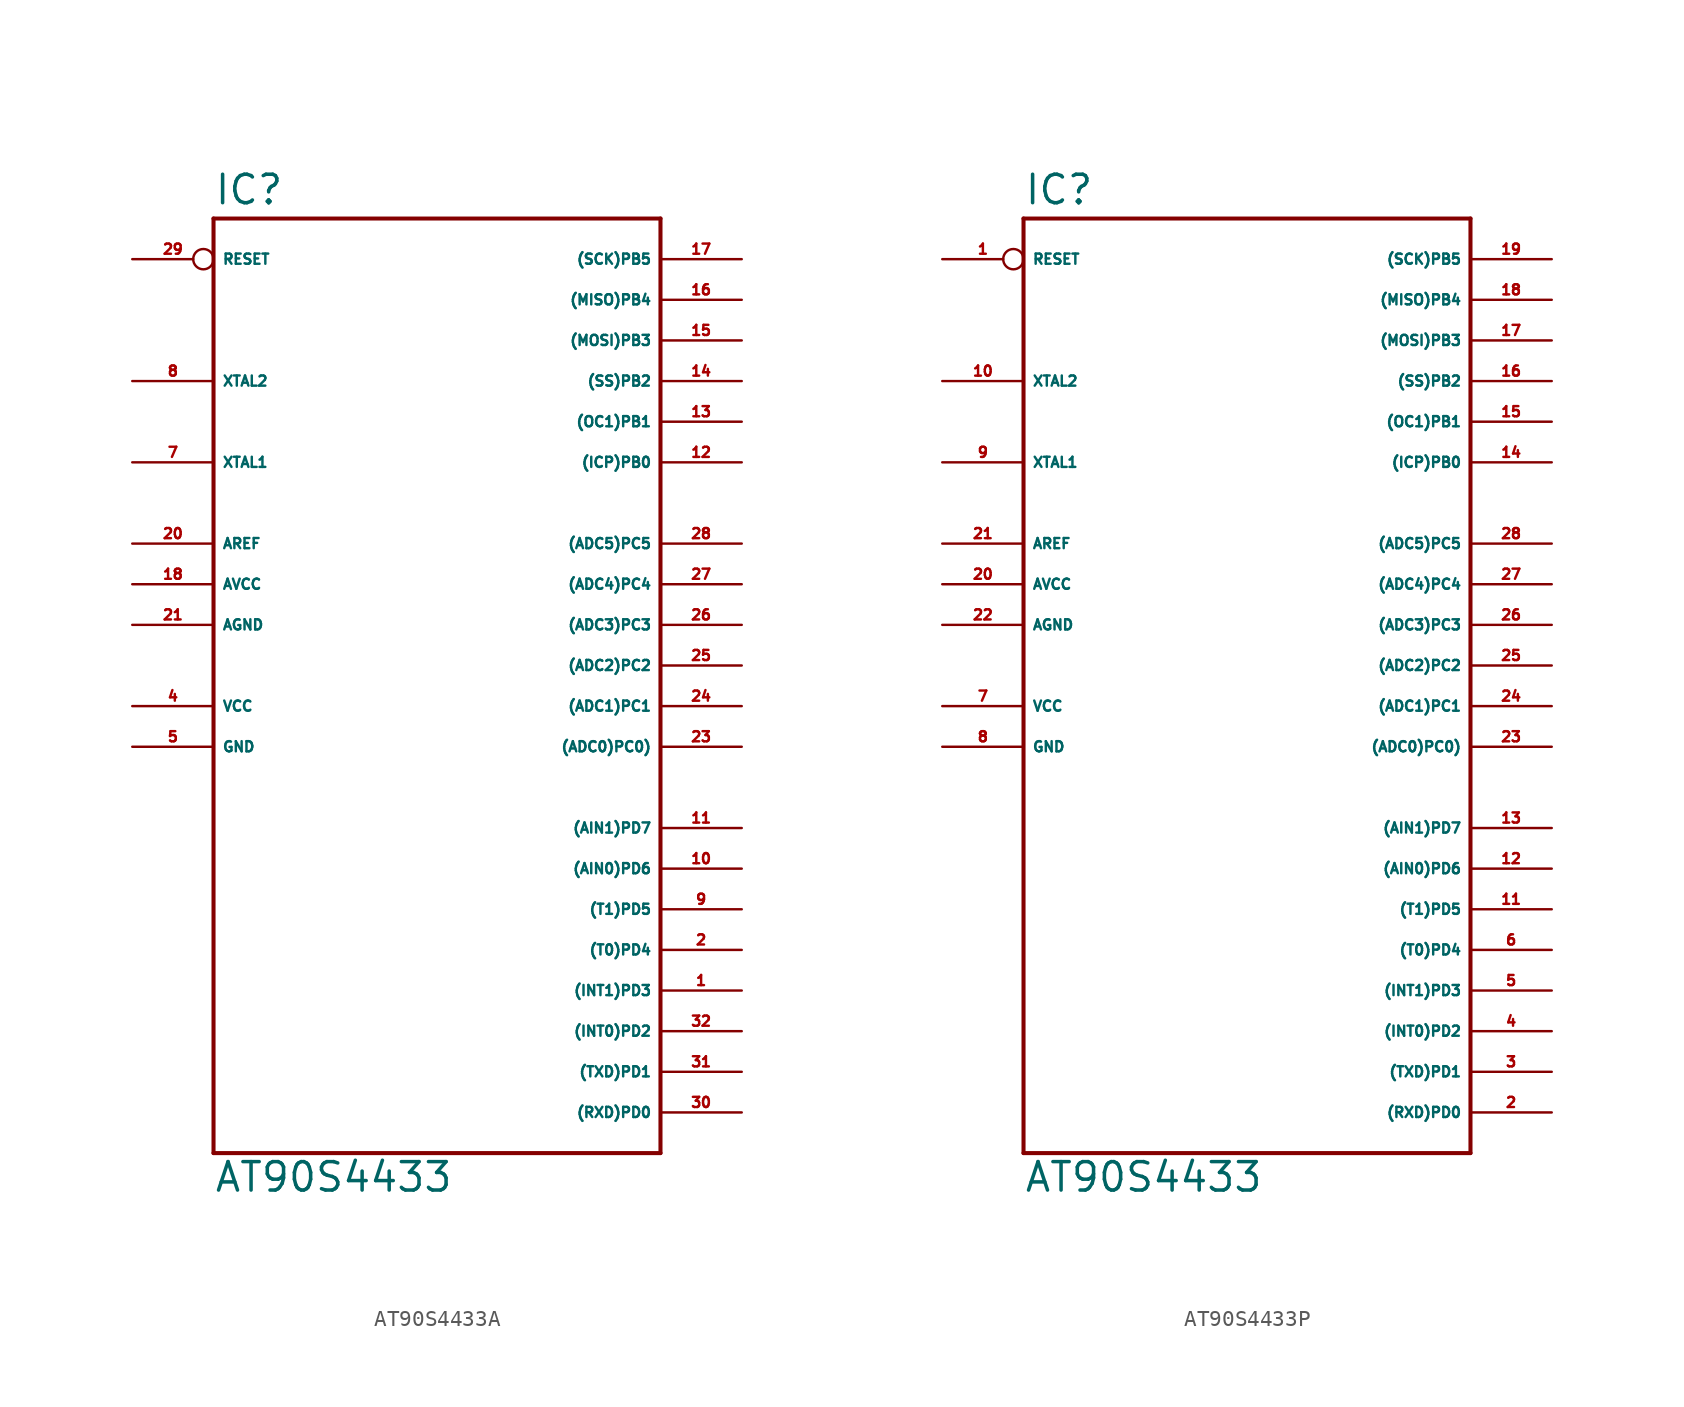
<source format=kicad_sym>
(kicad_symbol_lib
  (version 20220914)
  (generator Eagle2Kicad)
  (symbol "AT90S4433A"
    (property "Reference" "IC"
      (at -15.24 28.702 0)
      (effects (font (size 1.778 1.778) (thickness 0.22)) (justify left bottom)))
    (property "Value" "AT90S4433"
      (at -15.24 -33.02 0)
      (effects (font (size 1.778 1.778) (thickness 0.22)) (justify left bottom)))
    (polyline
      (pts (xy -15.24 27.94) (xy 12.7 27.94))
      (stroke (width 0.254) (type default))
      (fill (type none)))
    (polyline
      (pts (xy 12.7 27.94) (xy 12.7 -30.48))
      (stroke (width 0.254) (type default))
      (fill (type none)))
    (polyline
      (pts (xy 12.7 -30.48) (xy -15.24 -30.48))
      (stroke (width 0.254) (type default))
      (fill (type none)))
    (polyline
      (pts (xy -15.24 -30.48) (xy -15.24 27.94))
      (stroke (width 0.254) (type default))
      (fill (type none)))
    (pin bidirectional line
      (at 17.78 7.62 180)
      (length 5.08)
      (name "(ADC5)PC5" (effects (font (size 0.635 0.635) (thickness 0.08)) (justify left bottom)))
      (number "28" (effects (font (size 0.635 0.635) (thickness 0.08)) (justify left bottom))))
    (pin bidirectional line
      (at 17.78 5.08 180)
      (length 5.08)
      (name "(ADC4)PC4" (effects (font (size 0.635 0.635) (thickness 0.08)) (justify left bottom)))
      (number "27" (effects (font (size 0.635 0.635) (thickness 0.08)) (justify left bottom))))
    (pin bidirectional line
      (at 17.78 2.54 180)
      (length 5.08)
      (name "(ADC3)PC3" (effects (font (size 0.635 0.635) (thickness 0.08)) (justify left bottom)))
      (number "26" (effects (font (size 0.635 0.635) (thickness 0.08)) (justify left bottom))))
    (pin bidirectional line
      (at 17.78 0 180)
      (length 5.08)
      (name "(ADC2)PC2" (effects (font (size 0.635 0.635) (thickness 0.08)) (justify left bottom)))
      (number "25" (effects (font (size 0.635 0.635) (thickness 0.08)) (justify left bottom))))
    (pin bidirectional line
      (at 17.78 -2.54 180)
      (length 5.08)
      (name "(ADC1)PC1" (effects (font (size 0.635 0.635) (thickness 0.08)) (justify left bottom)))
      (number "24" (effects (font (size 0.635 0.635) (thickness 0.08)) (justify left bottom))))
    (pin bidirectional line
      (at 17.78 -5.08 180)
      (length 5.08)
      (name "(ADC0)PC0)" (effects (font (size 0.635 0.635) (thickness 0.08)) (justify left bottom)))
      (number "23" (effects (font (size 0.635 0.635) (thickness 0.08)) (justify left bottom))))
    (pin bidirectional line
      (at 17.78 25.4 180)
      (length 5.08)
      (name "(SCK)PB5" (effects (font (size 0.635 0.635) (thickness 0.08)) (justify left bottom)))
      (number "17" (effects (font (size 0.635 0.635) (thickness 0.08)) (justify left bottom))))
    (pin bidirectional line
      (at 17.78 22.86 180)
      (length 5.08)
      (name "(MISO)PB4" (effects (font (size 0.635 0.635) (thickness 0.08)) (justify left bottom)))
      (number "16" (effects (font (size 0.635 0.635) (thickness 0.08)) (justify left bottom))))
    (pin bidirectional line
      (at 17.78 20.32 180)
      (length 5.08)
      (name "(MOSI)PB3" (effects (font (size 0.635 0.635) (thickness 0.08)) (justify left bottom)))
      (number "15" (effects (font (size 0.635 0.635) (thickness 0.08)) (justify left bottom))))
    (pin bidirectional line
      (at 17.78 17.78 180)
      (length 5.08)
      (name "(SS)PB2" (effects (font (size 0.635 0.635) (thickness 0.08)) (justify left bottom)))
      (number "14" (effects (font (size 0.635 0.635) (thickness 0.08)) (justify left bottom))))
    (pin bidirectional line
      (at 17.78 15.24 180)
      (length 5.08)
      (name "(OC1)PB1" (effects (font (size 0.635 0.635) (thickness 0.08)) (justify left bottom)))
      (number "13" (effects (font (size 0.635 0.635) (thickness 0.08)) (justify left bottom))))
    (pin bidirectional line
      (at 17.78 12.7 180)
      (length 5.08)
      (name "(ICP)PB0" (effects (font (size 0.635 0.635) (thickness 0.08)) (justify left bottom)))
      (number "12" (effects (font (size 0.635 0.635) (thickness 0.08)) (justify left bottom))))
    (pin bidirectional line
      (at 17.78 -10.16 180)
      (length 5.08)
      (name "(AIN1)PD7" (effects (font (size 0.635 0.635) (thickness 0.08)) (justify left bottom)))
      (number "11" (effects (font (size 0.635 0.635) (thickness 0.08)) (justify left bottom))))
    (pin bidirectional line
      (at 17.78 -12.7 180)
      (length 5.08)
      (name "(AIN0)PD6" (effects (font (size 0.635 0.635) (thickness 0.08)) (justify left bottom)))
      (number "10" (effects (font (size 0.635 0.635) (thickness 0.08)) (justify left bottom))))
    (pin bidirectional line
      (at 17.78 -15.24 180)
      (length 5.08)
      (name "(T1)PD5" (effects (font (size 0.635 0.635) (thickness 0.08)) (justify left bottom)))
      (number "9" (effects (font (size 0.635 0.635) (thickness 0.08)) (justify left bottom))))
    (pin bidirectional line
      (at 17.78 -17.78 180)
      (length 5.08)
      (name "(T0)PD4" (effects (font (size 0.635 0.635) (thickness 0.08)) (justify left bottom)))
      (number "2" (effects (font (size 0.635 0.635) (thickness 0.08)) (justify left bottom))))
    (pin bidirectional line
      (at 17.78 -20.32 180)
      (length 5.08)
      (name "(INT1)PD3" (effects (font (size 0.635 0.635) (thickness 0.08)) (justify left bottom)))
      (number "1" (effects (font (size 0.635 0.635) (thickness 0.08)) (justify left bottom))))
    (pin bidirectional line
      (at 17.78 -22.86 180)
      (length 5.08)
      (name "(INT0)PD2" (effects (font (size 0.635 0.635) (thickness 0.08)) (justify left bottom)))
      (number "32" (effects (font (size 0.635 0.635) (thickness 0.08)) (justify left bottom))))
    (pin bidirectional line
      (at 17.78 -25.4 180)
      (length 5.08)
      (name "(TXD)PD1" (effects (font (size 0.635 0.635) (thickness 0.08)) (justify left bottom)))
      (number "31" (effects (font (size 0.635 0.635) (thickness 0.08)) (justify left bottom))))
    (pin bidirectional line
      (at 17.78 -27.94 180)
      (length 5.08)
      (name "(RXD)PD0" (effects (font (size 0.635 0.635) (thickness 0.08)) (justify left bottom)))
      (number "30" (effects (font (size 0.635 0.635) (thickness 0.08)) (justify left bottom))))
    (pin unspecified line
      (at -20.32 -5.08 0)
      (length 5.08)
      (name "GND" (effects (font (size 0.635 0.635) (thickness 0.08)) (justify left bottom)))
      (number "5" (effects (font (size 0.635 0.635) (thickness 0.08)) (justify left bottom))))
    (pin unspecified line
      (at -20.32 -2.54 0)
      (length 5.08)
      (name "VCC" (effects (font (size 0.635 0.635) (thickness 0.08)) (justify left bottom)))
      (number "4" (effects (font (size 0.635 0.635) (thickness 0.08)) (justify left bottom))))
    (pin unspecified line
      (at -20.32 5.08 0)
      (length 5.08)
      (name "AVCC" (effects (font (size 0.635 0.635) (thickness 0.08)) (justify left bottom)))
      (number "18" (effects (font (size 0.635 0.635) (thickness 0.08)) (justify left bottom))))
    (pin passive line
      (at -20.32 7.62 0)
      (length 5.08)
      (name "AREF" (effects (font (size 0.635 0.635) (thickness 0.08)) (justify left bottom)))
      (number "20" (effects (font (size 0.635 0.635) (thickness 0.08)) (justify left bottom))))
    (pin bidirectional line
      (at -20.32 12.7 0)
      (length 5.08)
      (name "XTAL1" (effects (font (size 0.635 0.635) (thickness 0.08)) (justify left bottom)))
      (number "7" (effects (font (size 0.635 0.635) (thickness 0.08)) (justify left bottom))))
    (pin bidirectional line
      (at -20.32 17.78 0)
      (length 5.08)
      (name "XTAL2" (effects (font (size 0.635 0.635) (thickness 0.08)) (justify left bottom)))
      (number "8" (effects (font (size 0.635 0.635) (thickness 0.08)) (justify left bottom))))
    (pin input inverted
      (at -20.32 25.4 0)
      (length 5.08)
      (name "RESET" (effects (font (size 0.635 0.635) (thickness 0.08)) (justify left bottom)))
      (number "29" (effects (font (size 0.635 0.635) (thickness 0.08)) (justify left bottom))))
    (pin unspecified line
      (at -20.32 2.54 0)
      (length 5.08)
      (name "AGND" (effects (font (size 0.635 0.635) (thickness 0.08)) (justify left bottom)))
      (number "21" (effects (font (size 0.635 0.635) (thickness 0.08)) (justify left bottom)))))
  (symbol "AT90S4433P"
    (property "Reference" "IC"
      (at -15.24 28.702 0)
      (effects (font (size 1.778 1.778) (thickness 0.22)) (justify left bottom)))
    (property "Value" "AT90S4433"
      (at -15.24 -33.02 0)
      (effects (font (size 1.778 1.778) (thickness 0.22)) (justify left bottom)))
    (polyline
      (pts (xy -15.24 27.94) (xy 12.7 27.94))
      (stroke (width 0.254) (type default))
      (fill (type none)))
    (polyline
      (pts (xy 12.7 27.94) (xy 12.7 -30.48))
      (stroke (width 0.254) (type default))
      (fill (type none)))
    (polyline
      (pts (xy 12.7 -30.48) (xy -15.24 -30.48))
      (stroke (width 0.254) (type default))
      (fill (type none)))
    (polyline
      (pts (xy -15.24 -30.48) (xy -15.24 27.94))
      (stroke (width 0.254) (type default))
      (fill (type none)))
    (pin bidirectional line
      (at 17.78 7.62 180)
      (length 5.08)
      (name "(ADC5)PC5" (effects (font (size 0.635 0.635) (thickness 0.08)) (justify left bottom)))
      (number "28" (effects (font (size 0.635 0.635) (thickness 0.08)) (justify left bottom))))
    (pin bidirectional line
      (at 17.78 5.08 180)
      (length 5.08)
      (name "(ADC4)PC4" (effects (font (size 0.635 0.635) (thickness 0.08)) (justify left bottom)))
      (number "27" (effects (font (size 0.635 0.635) (thickness 0.08)) (justify left bottom))))
    (pin bidirectional line
      (at 17.78 2.54 180)
      (length 5.08)
      (name "(ADC3)PC3" (effects (font (size 0.635 0.635) (thickness 0.08)) (justify left bottom)))
      (number "26" (effects (font (size 0.635 0.635) (thickness 0.08)) (justify left bottom))))
    (pin bidirectional line
      (at 17.78 0 180)
      (length 5.08)
      (name "(ADC2)PC2" (effects (font (size 0.635 0.635) (thickness 0.08)) (justify left bottom)))
      (number "25" (effects (font (size 0.635 0.635) (thickness 0.08)) (justify left bottom))))
    (pin bidirectional line
      (at 17.78 -2.54 180)
      (length 5.08)
      (name "(ADC1)PC1" (effects (font (size 0.635 0.635) (thickness 0.08)) (justify left bottom)))
      (number "24" (effects (font (size 0.635 0.635) (thickness 0.08)) (justify left bottom))))
    (pin bidirectional line
      (at 17.78 -5.08 180)
      (length 5.08)
      (name "(ADC0)PC0)" (effects (font (size 0.635 0.635) (thickness 0.08)) (justify left bottom)))
      (number "23" (effects (font (size 0.635 0.635) (thickness 0.08)) (justify left bottom))))
    (pin bidirectional line
      (at 17.78 25.4 180)
      (length 5.08)
      (name "(SCK)PB5" (effects (font (size 0.635 0.635) (thickness 0.08)) (justify left bottom)))
      (number "19" (effects (font (size 0.635 0.635) (thickness 0.08)) (justify left bottom))))
    (pin bidirectional line
      (at 17.78 22.86 180)
      (length 5.08)
      (name "(MISO)PB4" (effects (font (size 0.635 0.635) (thickness 0.08)) (justify left bottom)))
      (number "18" (effects (font (size 0.635 0.635) (thickness 0.08)) (justify left bottom))))
    (pin bidirectional line
      (at 17.78 20.32 180)
      (length 5.08)
      (name "(MOSI)PB3" (effects (font (size 0.635 0.635) (thickness 0.08)) (justify left bottom)))
      (number "17" (effects (font (size 0.635 0.635) (thickness 0.08)) (justify left bottom))))
    (pin bidirectional line
      (at 17.78 17.78 180)
      (length 5.08)
      (name "(SS)PB2" (effects (font (size 0.635 0.635) (thickness 0.08)) (justify left bottom)))
      (number "16" (effects (font (size 0.635 0.635) (thickness 0.08)) (justify left bottom))))
    (pin bidirectional line
      (at 17.78 15.24 180)
      (length 5.08)
      (name "(OC1)PB1" (effects (font (size 0.635 0.635) (thickness 0.08)) (justify left bottom)))
      (number "15" (effects (font (size 0.635 0.635) (thickness 0.08)) (justify left bottom))))
    (pin bidirectional line
      (at 17.78 12.7 180)
      (length 5.08)
      (name "(ICP)PB0" (effects (font (size 0.635 0.635) (thickness 0.08)) (justify left bottom)))
      (number "14" (effects (font (size 0.635 0.635) (thickness 0.08)) (justify left bottom))))
    (pin bidirectional line
      (at 17.78 -10.16 180)
      (length 5.08)
      (name "(AIN1)PD7" (effects (font (size 0.635 0.635) (thickness 0.08)) (justify left bottom)))
      (number "13" (effects (font (size 0.635 0.635) (thickness 0.08)) (justify left bottom))))
    (pin bidirectional line
      (at 17.78 -12.7 180)
      (length 5.08)
      (name "(AIN0)PD6" (effects (font (size 0.635 0.635) (thickness 0.08)) (justify left bottom)))
      (number "12" (effects (font (size 0.635 0.635) (thickness 0.08)) (justify left bottom))))
    (pin bidirectional line
      (at 17.78 -15.24 180)
      (length 5.08)
      (name "(T1)PD5" (effects (font (size 0.635 0.635) (thickness 0.08)) (justify left bottom)))
      (number "11" (effects (font (size 0.635 0.635) (thickness 0.08)) (justify left bottom))))
    (pin bidirectional line
      (at 17.78 -17.78 180)
      (length 5.08)
      (name "(T0)PD4" (effects (font (size 0.635 0.635) (thickness 0.08)) (justify left bottom)))
      (number "6" (effects (font (size 0.635 0.635) (thickness 0.08)) (justify left bottom))))
    (pin bidirectional line
      (at 17.78 -20.32 180)
      (length 5.08)
      (name "(INT1)PD3" (effects (font (size 0.635 0.635) (thickness 0.08)) (justify left bottom)))
      (number "5" (effects (font (size 0.635 0.635) (thickness 0.08)) (justify left bottom))))
    (pin bidirectional line
      (at 17.78 -22.86 180)
      (length 5.08)
      (name "(INT0)PD2" (effects (font (size 0.635 0.635) (thickness 0.08)) (justify left bottom)))
      (number "4" (effects (font (size 0.635 0.635) (thickness 0.08)) (justify left bottom))))
    (pin bidirectional line
      (at 17.78 -25.4 180)
      (length 5.08)
      (name "(TXD)PD1" (effects (font (size 0.635 0.635) (thickness 0.08)) (justify left bottom)))
      (number "3" (effects (font (size 0.635 0.635) (thickness 0.08)) (justify left bottom))))
    (pin bidirectional line
      (at 17.78 -27.94 180)
      (length 5.08)
      (name "(RXD)PD0" (effects (font (size 0.635 0.635) (thickness 0.08)) (justify left bottom)))
      (number "2" (effects (font (size 0.635 0.635) (thickness 0.08)) (justify left bottom))))
    (pin unspecified line
      (at -20.32 -5.08 0)
      (length 5.08)
      (name "GND" (effects (font (size 0.635 0.635) (thickness 0.08)) (justify left bottom)))
      (number "8" (effects (font (size 0.635 0.635) (thickness 0.08)) (justify left bottom))))
    (pin unspecified line
      (at -20.32 -2.54 0)
      (length 5.08)
      (name "VCC" (effects (font (size 0.635 0.635) (thickness 0.08)) (justify left bottom)))
      (number "7" (effects (font (size 0.635 0.635) (thickness 0.08)) (justify left bottom))))
    (pin unspecified line
      (at -20.32 5.08 0)
      (length 5.08)
      (name "AVCC" (effects (font (size 0.635 0.635) (thickness 0.08)) (justify left bottom)))
      (number "20" (effects (font (size 0.635 0.635) (thickness 0.08)) (justify left bottom))))
    (pin passive line
      (at -20.32 7.62 0)
      (length 5.08)
      (name "AREF" (effects (font (size 0.635 0.635) (thickness 0.08)) (justify left bottom)))
      (number "21" (effects (font (size 0.635 0.635) (thickness 0.08)) (justify left bottom))))
    (pin bidirectional line
      (at -20.32 12.7 0)
      (length 5.08)
      (name "XTAL1" (effects (font (size 0.635 0.635) (thickness 0.08)) (justify left bottom)))
      (number "9" (effects (font (size 0.635 0.635) (thickness 0.08)) (justify left bottom))))
    (pin bidirectional line
      (at -20.32 17.78 0)
      (length 5.08)
      (name "XTAL2" (effects (font (size 0.635 0.635) (thickness 0.08)) (justify left bottom)))
      (number "10" (effects (font (size 0.635 0.635) (thickness 0.08)) (justify left bottom))))
    (pin input inverted
      (at -20.32 25.4 0)
      (length 5.08)
      (name "RESET" (effects (font (size 0.635 0.635) (thickness 0.08)) (justify left bottom)))
      (number "1" (effects (font (size 0.635 0.635) (thickness 0.08)) (justify left bottom))))
    (pin unspecified line
      (at -20.32 2.54 0)
      (length 5.08)
      (name "AGND" (effects (font (size 0.635 0.635) (thickness 0.08)) (justify left bottom)))
      (number "22" (effects (font (size 0.635 0.635) (thickness 0.08)) (justify left bottom))))))
</source>
